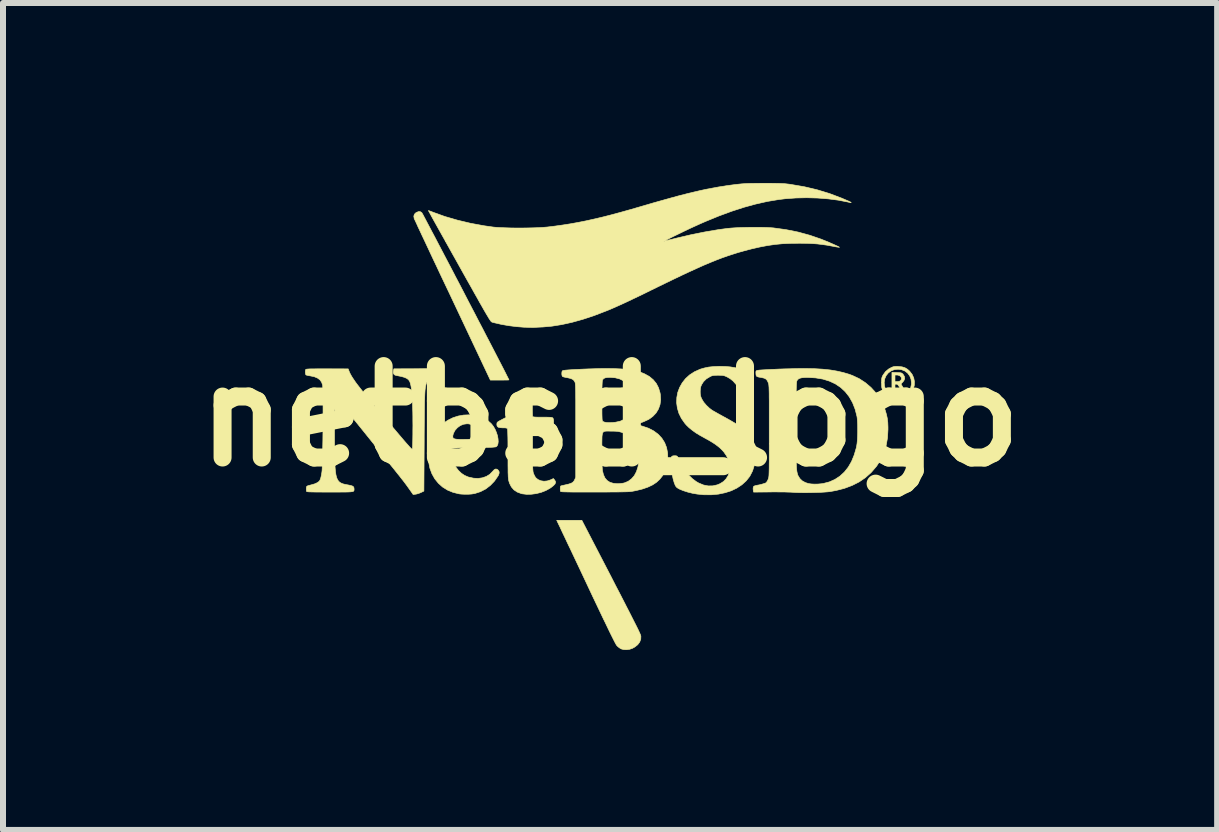
<source format=kicad_pcb>
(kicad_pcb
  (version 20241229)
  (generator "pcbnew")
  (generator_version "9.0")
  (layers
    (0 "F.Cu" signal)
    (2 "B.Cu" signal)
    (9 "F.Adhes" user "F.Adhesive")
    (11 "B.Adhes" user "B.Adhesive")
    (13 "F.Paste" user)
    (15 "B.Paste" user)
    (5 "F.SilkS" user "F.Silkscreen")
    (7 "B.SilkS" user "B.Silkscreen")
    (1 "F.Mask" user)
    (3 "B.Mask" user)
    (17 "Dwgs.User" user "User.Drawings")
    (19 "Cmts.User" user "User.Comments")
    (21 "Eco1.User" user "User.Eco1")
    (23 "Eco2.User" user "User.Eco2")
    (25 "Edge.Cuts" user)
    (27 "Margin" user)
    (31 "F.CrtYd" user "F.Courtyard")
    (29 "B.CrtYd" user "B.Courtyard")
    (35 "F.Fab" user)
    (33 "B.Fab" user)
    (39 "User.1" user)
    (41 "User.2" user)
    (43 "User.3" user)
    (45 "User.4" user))
  (footprint "netbsd_logo"
    (layer "F.Cu")
    (at 7.119 3.887)
    (property "Reference" "netbsd_logo" (at 0 0 0) (layer "F.SilkS") (effects (font (size 1.524 1.524) (thickness 0.3))))
    (attr through_hole)
    (fp_poly (pts (xy 4.78 -0.727) (xy 4.818 -0.725) (xy 4.843 -0.723) (xy 4.859 -0.719) (xy 4.871 -0.711) (xy 4.883 -0.7) (xy 4.886 -0.696) (xy 4.907 -0.662) (xy 4.912 -0.627) (xy 4.899 -0.593) (xy 4.881 -0.57) (xy 4.864 -0.552) (xy 4.853 -0.539) (xy 4.851 -0.536) (xy 4.855 -0.527) (xy 4.866 -0.508) (xy 4.882 -0.481) (xy 4.899 -0.451) (xy 4.917 -0.422) (xy 4.926 -0.409) (xy 4.933 -0.396) (xy 4.929 -0.39) (xy 4.912 -0.389) (xy 4.909 -0.389) (xy 4.895 -0.39) (xy 4.884 -0.395) (xy 4.873 -0.406) (xy 4.86 -0.426) (xy 4.84 -0.458) (xy 4.838 -0.461) (xy 4.818 -0.495) (xy 4.803 -0.516) (xy 4.792 -0.528) (xy 4.78 -0.533) (xy 4.773 -0.533) (xy 4.75 -0.533) (xy 4.75 -0.389) (xy 4.699 -0.389) (xy 4.699 -0.686) (xy 4.75 -0.686) (xy 4.75 -0.576) (xy 4.788 -0.576) (xy 4.821 -0.58) (xy 4.842 -0.592) (xy 4.843 -0.593) (xy 4.857 -0.616) (xy 4.856 -0.64) (xy 4.844 -0.662) (xy 4.821 -0.678) (xy 4.789 -0.686) (xy 4.784 -0.686) (xy 4.75 -0.686) (xy 4.699 -0.686) (xy 4.699 -0.73) (xy 4.78 -0.727)) (stroke (width 0.01) (type solid)) (fill yes) (layer "F.SilkS"))
    (fp_poly (pts (xy -0.68 1.736) (xy -0.47 1.736) (xy 0.02 2.681) (xy 0.094 2.826) (xy 0.162 2.956) (xy 0.222 3.073) (xy 0.275 3.177) (xy 0.322 3.268) (xy 0.363 3.349) (xy 0.398 3.418) (xy 0.428 3.477) (xy 0.453 3.527) (xy 0.473 3.568) (xy 0.488 3.601) (xy 0.5 3.627) (xy 0.508 3.647) (xy 0.512 3.66) (xy 0.514 3.667) (xy 0.512 3.718) (xy 0.494 3.766) (xy 0.461 3.81) (xy 0.413 3.848) (xy 0.374 3.87) (xy 0.328 3.886) (xy 0.277 3.893) (xy 0.228 3.891) (xy 0.186 3.88) (xy 0.18 3.877) (xy 0.153 3.86) (xy 0.124 3.836) (xy 0.112 3.823) (xy 0.105 3.813) (xy 0.094 3.794) (xy 0.079 3.766) (xy 0.06 3.729) (xy 0.036 3.681) (xy 0.007 3.623) (xy -0.027 3.553) (xy -0.066 3.471) (xy -0.112 3.377) (xy -0.163 3.27) (xy -0.22 3.15) (xy -0.284 3.016) (xy -0.354 2.867) (xy -0.393 2.784) (xy -0.451 2.661) (xy -0.507 2.542) (xy -0.561 2.428) (xy -0.612 2.32) (xy -0.66 2.218) (xy -0.705 2.125) (xy -0.745 2.039) (xy -0.781 1.964) (xy -0.812 1.898) (xy -0.837 1.844) (xy -0.857 1.803) (xy -0.871 1.774) (xy -0.877 1.76) (xy -0.878 1.759) (xy -0.889 1.736) (xy -0.68 1.736)) (stroke (width 0.01) (type solid)) (fill yes) (layer "F.SilkS"))
    (fp_poly (pts (xy -3.165 -3.409) (xy -3.142 -3.396) (xy -3.138 -3.393) (xy -3.133 -3.384) (xy -3.12 -3.362) (xy -3.101 -3.326) (xy -3.075 -3.277) (xy -3.044 -3.218) (xy -3.007 -3.148) (xy -2.965 -3.068) (xy -2.918 -2.98) (xy -2.868 -2.884) (xy -2.814 -2.781) (xy -2.757 -2.672) (xy -2.697 -2.558) (xy -2.635 -2.44) (xy -2.572 -2.318) (xy -2.507 -2.195) (xy -2.442 -2.07) (xy -2.377 -1.944) (xy -2.312 -1.819) (xy -2.247 -1.695) (xy -2.184 -1.573) (xy -2.122 -1.455) (xy -2.063 -1.34) (xy -2.006 -1.231) (xy -1.952 -1.127) (xy -1.902 -1.03) (xy -1.856 -0.941) (xy -1.814 -0.86) (xy -1.777 -0.788) (xy -1.746 -0.727) (xy -1.721 -0.677) (xy -1.702 -0.64) (xy -1.69 -0.615) (xy -1.685 -0.605) (xy -1.685 -0.604) (xy -1.693 -0.603) (xy -1.715 -0.602) (xy -1.749 -0.602) (xy -1.792 -0.601) (xy -1.84 -0.601) (xy -1.995 -0.601) (xy -2.624 -1.933) (xy -2.691 -2.075) (xy -2.757 -2.213) (xy -2.82 -2.346) (xy -2.88 -2.474) (xy -2.938 -2.596) (xy -2.992 -2.711) (xy -3.042 -2.818) (xy -3.088 -2.916) (xy -3.13 -3.005) (xy -3.167 -3.084) (xy -3.199 -3.151) (xy -3.224 -3.207) (xy -3.244 -3.25) (xy -3.258 -3.279) (xy -3.265 -3.294) (xy -3.265 -3.296) (xy -3.271 -3.333) (xy -3.261 -3.366) (xy -3.236 -3.391) (xy -3.223 -3.398) (xy -3.191 -3.41) (xy -3.165 -3.409)) (stroke (width 0.01) (type solid)) (fill yes) (layer "F.SilkS"))
    (fp_poly (pts (xy 4.799 -0.829) (xy 4.807 -0.828) (xy 4.867 -0.822) (xy 4.916 -0.807) (xy 4.958 -0.782) (xy 4.994 -0.75) (xy 5.035 -0.697) (xy 5.062 -0.638) (xy 5.074 -0.577) (xy 5.072 -0.515) (xy 5.056 -0.456) (xy 5.028 -0.401) (xy 4.987 -0.352) (xy 4.934 -0.313) (xy 4.911 -0.301) (xy 4.881 -0.289) (xy 4.852 -0.282) (xy 4.816 -0.28) (xy 4.796 -0.279) (xy 4.758 -0.28) (xy 4.729 -0.284) (xy 4.704 -0.292) (xy 4.676 -0.305) (xy 4.617 -0.344) (xy 4.569 -0.395) (xy 4.545 -0.434) (xy 4.536 -0.454) (xy 4.53 -0.474) (xy 4.527 -0.5) (xy 4.526 -0.537) (xy 4.525 -0.555) (xy 4.525 -0.555) (xy 4.57 -0.555) (xy 4.577 -0.494) (xy 4.599 -0.44) (xy 4.631 -0.395) (xy 4.674 -0.361) (xy 4.724 -0.338) (xy 4.78 -0.327) (xy 4.839 -0.331) (xy 4.895 -0.348) (xy 4.945 -0.379) (xy 4.984 -0.421) (xy 5.011 -0.472) (xy 5.024 -0.532) (xy 5.024 -0.555) (xy 5.017 -0.617) (xy 4.995 -0.672) (xy 4.961 -0.717) (xy 4.916 -0.752) (xy 4.861 -0.774) (xy 4.801 -0.782) (xy 4.739 -0.775) (xy 4.684 -0.754) (xy 4.638 -0.72) (xy 4.602 -0.675) (xy 4.579 -0.622) (xy 4.57 -0.561) (xy 4.57 -0.555) (xy 4.525 -0.555) (xy 4.526 -0.595) (xy 4.528 -0.623) (xy 4.532 -0.644) (xy 4.54 -0.664) (xy 4.55 -0.684) (xy 4.591 -0.741) (xy 4.644 -0.786) (xy 4.688 -0.81) (xy 4.713 -0.821) (xy 4.736 -0.827) (xy 4.763 -0.829) (xy 4.799 -0.829)) (stroke (width 0.01) (type solid)) (fill yes) (layer "F.SilkS"))
    (fp_poly (pts (xy -2.262 -0.014) (xy -2.178 0.006) (xy -2.1 0.037) (xy -2.031 0.08) (xy -1.976 0.13) (xy -1.943 0.173) (xy -1.915 0.222) (xy -1.893 0.274) (xy -1.876 0.327) (xy -1.867 0.378) (xy -1.864 0.425) (xy -1.869 0.465) (xy -1.882 0.495) (xy -1.899 0.51) (xy -1.909 0.513) (xy -1.928 0.515) (xy -1.957 0.518) (xy -1.998 0.52) (xy -2.052 0.521) (xy -2.12 0.523) (xy -2.203 0.524) (xy -2.27 0.525) (xy -2.359 0.526) (xy -2.432 0.527) (xy -2.492 0.528) (xy -2.538 0.53) (xy -2.574 0.531) (xy -2.601 0.533) (xy -2.619 0.536) (xy -2.63 0.538) (xy -2.637 0.541) (xy -2.637 0.542) (xy -2.645 0.551) (xy -2.649 0.564) (xy -2.649 0.587) (xy -2.647 0.613) (xy -2.633 0.701) (xy -2.608 0.779) (xy -2.572 0.847) (xy -2.526 0.906) (xy -2.477 0.953) (xy -2.426 0.987) (xy -2.369 1.012) (xy -2.356 1.016) (xy -2.276 1.034) (xy -2.199 1.038) (xy -2.128 1.028) (xy -2.062 1.005) (xy -2.005 0.97) (xy -1.959 0.923) (xy -1.932 0.894) (xy -1.908 0.881) (xy -1.885 0.884) (xy -1.864 0.9) (xy -1.85 0.923) (xy -1.848 0.948) (xy -1.858 0.98) (xy -1.868 0.998) (xy -1.926 1.082) (xy -1.995 1.154) (xy -2.073 1.214) (xy -2.16 1.259) (xy -2.253 1.289) (xy -2.258 1.29) (xy -2.306 1.298) (xy -2.365 1.302) (xy -2.426 1.302) (xy -2.484 1.299) (xy -2.517 1.295) (xy -2.618 1.27) (xy -2.71 1.232) (xy -2.792 1.181) (xy -2.862 1.118) (xy -2.922 1.044) (xy -2.969 0.96) (xy -3.003 0.868) (xy -3.023 0.768) (xy -3.029 0.66) (xy -3.028 0.631) (xy -3.015 0.521) (xy -2.987 0.418) (xy -2.955 0.344) (xy -2.622 0.344) (xy -2.618 0.36) (xy -2.608 0.372) (xy -2.587 0.38) (xy -2.557 0.385) (xy -2.513 0.387) (xy -2.455 0.388) (xy -2.43 0.387) (xy -2.377 0.386) (xy -2.338 0.385) (xy -2.309 0.383) (xy -2.289 0.379) (xy -2.274 0.375) (xy -2.261 0.368) (xy -2.261 0.368) (xy -2.236 0.346) (xy -2.223 0.317) (xy -2.222 0.277) (xy -2.227 0.249) (xy -2.244 0.2) (xy -2.271 0.163) (xy -2.31 0.139) (xy -2.36 0.128) (xy -2.385 0.127) (xy -2.442 0.135) (xy -2.496 0.157) (xy -2.544 0.192) (xy -2.583 0.235) (xy -2.61 0.286) (xy -2.62 0.322) (xy -2.622 0.344) (xy -2.955 0.344) (xy -2.945 0.322) (xy -2.89 0.235) (xy -2.821 0.158) (xy -2.741 0.093) (xy -2.701 0.067) (xy -2.618 0.026) (xy -2.531 -0.002) (xy -2.441 -0.018) (xy -2.351 -0.022) (xy -2.262 -0.014)) (stroke (width 0.01) (type solid)) (fill yes) (layer "F.SilkS"))
    (fp_poly (pts (xy -1.341 -0.295) (xy -1.317 -0.29) (xy -1.312 -0.288) (xy -1.306 -0.283) (xy -1.301 -0.276) (xy -1.298 -0.262) (xy -1.297 -0.241) (xy -1.296 -0.209) (xy -1.295 -0.163) (xy -1.295 -0.144) (xy -1.295 -0.097) (xy -1.294 -0.056) (xy -1.293 -0.023) (xy -1.291 -0.002) (xy -1.29 0.004) (xy -1.286 0.008) (xy -1.278 0.012) (xy -1.262 0.014) (xy -1.237 0.016) (xy -1.2 0.017) (xy -1.149 0.017) (xy -1.126 0.017) (xy -1.068 0.017) (xy -1.026 0.018) (xy -0.995 0.019) (xy -0.974 0.022) (xy -0.961 0.025) (xy -0.954 0.03) (xy -0.953 0.03) (xy -0.944 0.05) (xy -0.94 0.079) (xy -0.941 0.113) (xy -0.947 0.145) (xy -0.957 0.167) (xy -0.973 0.194) (xy -1.132 0.197) (xy -1.291 0.199) (xy -1.291 0.555) (xy -1.291 0.643) (xy -1.291 0.715) (xy -1.29 0.775) (xy -1.29 0.822) (xy -1.289 0.859) (xy -1.287 0.888) (xy -1.285 0.91) (xy -1.283 0.928) (xy -1.28 0.941) (xy -1.276 0.954) (xy -1.276 0.955) (xy -1.262 0.986) (xy -1.246 1.015) (xy -1.238 1.026) (xy -1.201 1.057) (xy -1.154 1.077) (xy -1.102 1.085) (xy -1.047 1.08) (xy -0.994 1.063) (xy -0.944 1.04) (xy -0.925 1.063) (xy -0.911 1.085) (xy -0.908 1.107) (xy -0.918 1.131) (xy -0.942 1.157) (xy -0.98 1.187) (xy -1.003 1.203) (xy -1.07 1.24) (xy -1.147 1.27) (xy -1.229 1.291) (xy -1.313 1.302) (xy -1.393 1.303) (xy -1.467 1.294) (xy -1.481 1.29) (xy -1.548 1.265) (xy -1.603 1.228) (xy -1.645 1.179) (xy -1.676 1.118) (xy -1.689 1.075) (xy -1.692 1.059) (xy -1.694 1.039) (xy -1.697 1.013) (xy -1.698 0.98) (xy -1.7 0.938) (xy -1.7 0.885) (xy -1.701 0.821) (xy -1.701 0.744) (xy -1.702 0.651) (xy -1.702 0.624) (xy -1.702 0.519) (xy -1.702 0.429) (xy -1.703 0.354) (xy -1.705 0.294) (xy -1.706 0.25) (xy -1.708 0.222) (xy -1.711 0.211) (xy -1.717 0.203) (xy -1.729 0.198) (xy -1.749 0.195) (xy -1.783 0.195) (xy -1.787 0.195) (xy -1.832 0.192) (xy -1.862 0.185) (xy -1.879 0.171) (xy -1.887 0.148) (xy -1.886 0.129) (xy -1.885 0.116) (xy -1.881 0.105) (xy -1.871 0.096) (xy -1.854 0.084) (xy -1.827 0.07) (xy -1.791 0.051) (xy -1.749 0.029) (xy -1.707 0.007) (xy -1.671 -0.014) (xy -1.65 -0.027) (xy -1.606 -0.059) (xy -1.557 -0.101) (xy -1.508 -0.149) (xy -1.462 -0.198) (xy -1.437 -0.228) (xy -1.416 -0.254) (xy -1.398 -0.276) (xy -1.386 -0.288) (xy -1.385 -0.29) (xy -1.366 -0.295) (xy -1.341 -0.295)) (stroke (width 0.01) (type solid)) (fill yes) (layer "F.SilkS"))
    (fp_poly (pts (xy 1.922 -0.828) (xy 2.004 -0.821) (xy 2.083 -0.808) (xy 2.169 -0.789) (xy 2.201 -0.78) (xy 2.29 -0.756) (xy 2.301 -0.72) (xy 2.309 -0.682) (xy 2.318 -0.632) (xy 2.326 -0.573) (xy 2.334 -0.51) (xy 2.339 -0.446) (xy 2.342 -0.414) (xy 2.344 -0.365) (xy 2.343 -0.33) (xy 2.338 -0.308) (xy 2.327 -0.295) (xy 2.309 -0.29) (xy 2.282 -0.289) (xy 2.274 -0.29) (xy 2.231 -0.292) (xy 2.187 -0.384) (xy 2.143 -0.465) (xy 2.099 -0.531) (xy 2.052 -0.584) (xy 2 -0.626) (xy 1.943 -0.658) (xy 1.917 -0.669) (xy 1.895 -0.676) (xy 1.87 -0.68) (xy 1.838 -0.681) (xy 1.803 -0.682) (xy 1.761 -0.681) (xy 1.73 -0.679) (xy 1.706 -0.675) (xy 1.684 -0.667) (xy 1.667 -0.659) (xy 1.606 -0.622) (xy 1.558 -0.575) (xy 1.527 -0.526) (xy 1.514 -0.496) (xy 1.507 -0.468) (xy 1.504 -0.434) (xy 1.503 -0.411) (xy 1.504 -0.373) (xy 1.508 -0.344) (xy 1.516 -0.316) (xy 1.53 -0.285) (xy 1.561 -0.233) (xy 1.605 -0.181) (xy 1.657 -0.132) (xy 1.695 -0.103) (xy 1.714 -0.091) (xy 1.746 -0.073) (xy 1.786 -0.05) (xy 1.833 -0.024) (xy 1.883 0.004) (xy 1.893 0.009) (xy 1.973 0.053) (xy 2.039 0.091) (xy 2.095 0.125) (xy 2.141 0.157) (xy 2.182 0.189) (xy 2.218 0.222) (xy 2.253 0.257) (xy 2.279 0.287) (xy 2.334 0.364) (xy 2.376 0.449) (xy 2.404 0.54) (xy 2.418 0.634) (xy 2.418 0.729) (xy 2.404 0.822) (xy 2.376 0.912) (xy 2.333 0.996) (xy 2.328 1.005) (xy 2.269 1.079) (xy 2.197 1.144) (xy 2.114 1.199) (xy 2.02 1.244) (xy 1.916 1.277) (xy 1.805 1.3) (xy 1.686 1.311) (xy 1.561 1.31) (xy 1.453 1.299) (xy 1.372 1.285) (xy 1.292 1.265) (xy 1.218 1.241) (xy 1.16 1.217) (xy 1.129 1.2) (xy 1.108 1.184) (xy 1.094 1.166) (xy 1.086 1.151) (xy 1.069 1.107) (xy 1.052 1.049) (xy 1.038 0.982) (xy 1.027 0.909) (xy 1.019 0.836) (xy 1.016 0.765) (xy 1.016 0.752) (xy 1.017 0.712) (xy 1.021 0.685) (xy 1.031 0.67) (xy 1.048 0.662) (xy 1.075 0.66) (xy 1.082 0.66) (xy 1.101 0.661) (xy 1.114 0.665) (xy 1.126 0.676) (xy 1.137 0.695) (xy 1.151 0.725) (xy 1.16 0.748) (xy 1.2 0.829) (xy 1.25 0.907) (xy 1.308 0.979) (xy 1.371 1.041) (xy 1.437 1.091) (xy 1.479 1.115) (xy 1.559 1.148) (xy 1.637 1.163) (xy 1.713 1.162) (xy 1.788 1.145) (xy 1.835 1.125) (xy 1.892 1.089) (xy 1.936 1.043) (xy 1.969 0.989) (xy 1.988 0.929) (xy 1.996 0.864) (xy 1.99 0.796) (xy 1.972 0.728) (xy 1.941 0.661) (xy 1.897 0.597) (xy 1.868 0.565) (xy 1.828 0.526) (xy 1.784 0.491) (xy 1.735 0.456) (xy 1.676 0.419) (xy 1.605 0.379) (xy 1.592 0.372) (xy 1.505 0.324) (xy 1.431 0.279) (xy 1.37 0.235) (xy 1.317 0.192) (xy 1.272 0.148) (xy 1.247 0.119) (xy 1.19 0.038) (xy 1.148 -0.047) (xy 1.122 -0.135) (xy 1.11 -0.223) (xy 1.113 -0.311) (xy 1.129 -0.396) (xy 1.16 -0.478) (xy 1.203 -0.555) (xy 1.258 -0.625) (xy 1.326 -0.687) (xy 1.406 -0.739) (xy 1.497 -0.78) (xy 1.504 -0.783) (xy 1.573 -0.803) (xy 1.644 -0.818) (xy 1.722 -0.826) (xy 1.811 -0.83) (xy 1.832 -0.83) (xy 1.922 -0.828)) (stroke (width 0.01) (type solid)) (fill yes) (layer "F.SilkS"))
    (fp_poly (pts (xy 3.411 -0.791) (xy 3.546 -0.783) (xy 3.67 -0.77) (xy 3.783 -0.751) (xy 3.888 -0.727) (xy 3.986 -0.698) (xy 4.042 -0.677) (xy 4.153 -0.625) (xy 4.256 -0.558) (xy 4.349 -0.479) (xy 4.431 -0.389) (xy 4.501 -0.288) (xy 4.557 -0.178) (xy 4.588 -0.096) (xy 4.608 -0.027) (xy 4.622 0.038) (xy 4.63 0.106) (xy 4.633 0.182) (xy 4.633 0.224) (xy 4.625 0.362) (xy 4.602 0.492) (xy 4.564 0.614) (xy 4.511 0.728) (xy 4.444 0.833) (xy 4.362 0.929) (xy 4.347 0.945) (xy 4.254 1.027) (xy 4.151 1.097) (xy 4.036 1.155) (xy 3.911 1.202) (xy 3.773 1.238) (xy 3.665 1.258) (xy 3.625 1.262) (xy 3.572 1.266) (xy 3.508 1.27) (xy 3.437 1.272) (xy 3.362 1.274) (xy 3.286 1.275) (xy 3.213 1.275) (xy 3.145 1.274) (xy 3.086 1.272) (xy 3.04 1.269) (xy 3.04 1.269) (xy 3.009 1.267) (xy 2.964 1.266) (xy 2.908 1.264) (xy 2.844 1.264) (xy 2.774 1.263) (xy 2.703 1.263) (xy 2.672 1.264) (xy 2.393 1.266) (xy 2.388 1.24) (xy 2.385 1.212) (xy 2.387 1.19) (xy 2.39 1.179) (xy 2.395 1.171) (xy 2.406 1.164) (xy 2.425 1.158) (xy 2.456 1.151) (xy 2.485 1.146) (xy 2.525 1.136) (xy 2.56 1.126) (xy 2.587 1.117) (xy 2.599 1.111) (xy 2.614 1.094) (xy 2.629 1.068) (xy 2.637 1.049) (xy 2.64 1.041) (xy 2.643 1.032) (xy 2.645 1.021) (xy 2.647 1.008) (xy 2.649 0.991) (xy 2.65 0.969) (xy 2.651 0.941) (xy 2.652 0.905) (xy 2.653 0.862) (xy 2.653 0.809) (xy 2.654 0.745) (xy 2.654 0.67) (xy 2.654 0.583) (xy 2.654 0.482) (xy 2.654 0.365) (xy 2.654 0.354) (xy 3.1 0.354) (xy 3.1 0.462) (xy 3.1 0.557) (xy 3.101 0.639) (xy 3.102 0.709) (xy 3.104 0.768) (xy 3.106 0.819) (xy 3.108 0.861) (xy 3.111 0.895) (xy 3.115 0.924) (xy 3.12 0.947) (xy 3.125 0.966) (xy 3.13 0.983) (xy 3.133 0.989) (xy 3.163 1.039) (xy 3.203 1.078) (xy 3.256 1.107) (xy 3.306 1.123) (xy 3.35 1.13) (xy 3.405 1.133) (xy 3.465 1.132) (xy 3.523 1.127) (xy 3.556 1.122) (xy 3.656 1.096) (xy 3.748 1.055) (xy 3.832 1) (xy 3.906 0.932) (xy 3.971 0.85) (xy 4.026 0.755) (xy 4.07 0.647) (xy 4.105 0.528) (xy 4.112 0.493) (xy 4.118 0.453) (xy 4.123 0.4) (xy 4.126 0.338) (xy 4.128 0.271) (xy 4.128 0.203) (xy 4.127 0.137) (xy 4.124 0.079) (xy 4.12 0.03) (xy 4.116 0.004) (xy 4.085 -0.117) (xy 4.042 -0.226) (xy 3.987 -0.323) (xy 3.921 -0.407) (xy 3.844 -0.479) (xy 3.756 -0.538) (xy 3.657 -0.584) (xy 3.547 -0.618) (xy 3.426 -0.638) (xy 3.299 -0.645) (xy 3.241 -0.644) (xy 3.197 -0.64) (xy 3.164 -0.632) (xy 3.14 -0.62) (xy 3.123 -0.602) (xy 3.119 -0.596) (xy 3.116 -0.591) (xy 3.113 -0.584) (xy 3.111 -0.575) (xy 3.109 -0.561) (xy 3.108 -0.543) (xy 3.106 -0.518) (xy 3.105 -0.487) (xy 3.104 -0.446) (xy 3.103 -0.396) (xy 3.103 -0.336) (xy 3.102 -0.263) (xy 3.102 -0.178) (xy 3.101 -0.078) (xy 3.101 0.037) (xy 3.1 0.093) (xy 3.1 0.231) (xy 3.1 0.354) (xy 2.654 0.354) (xy 2.654 0.246) (xy 2.654 0.115) (xy 2.654 0.00011) (xy 2.654 -0.1) (xy 2.654 -0.186) (xy 2.654 -0.26) (xy 2.653 -0.323) (xy 2.653 -0.375) (xy 2.652 -0.418) (xy 2.651 -0.452) (xy 2.65 -0.48) (xy 2.648 -0.502) (xy 2.647 -0.518) (xy 2.645 -0.531) (xy 2.643 -0.542) (xy 2.64 -0.551) (xy 2.637 -0.558) (xy 2.621 -0.593) (xy 2.6 -0.617) (xy 2.57 -0.633) (xy 2.528 -0.643) (xy 2.518 -0.645) (xy 2.48 -0.651) (xy 2.456 -0.658) (xy 2.442 -0.667) (xy 2.435 -0.681) (xy 2.432 -0.702) (xy 2.432 -0.71) (xy 2.431 -0.736) (xy 2.434 -0.751) (xy 2.443 -0.759) (xy 2.449 -0.761) (xy 2.464 -0.764) (xy 2.494 -0.768) (xy 2.539 -0.771) (xy 2.595 -0.774) (xy 2.662 -0.778) (xy 2.739 -0.781) (xy 2.822 -0.785) (xy 2.912 -0.788) (xy 3.006 -0.79) (xy 3.099 -0.793) (xy 3.262 -0.794) (xy 3.411 -0.791)) (stroke (width 0.01) (type solid)) (fill yes) (layer "F.SilkS"))
    (fp_poly (pts (xy 0.076 -0.792) (xy 0.185 -0.787) (xy 0.281 -0.779) (xy 0.367 -0.767) (xy 0.443 -0.751) (xy 0.51 -0.732) (xy 0.569 -0.708) (xy 0.574 -0.706) (xy 0.654 -0.662) (xy 0.719 -0.608) (xy 0.771 -0.545) (xy 0.809 -0.471) (xy 0.834 -0.387) (xy 0.839 -0.356) (xy 0.844 -0.271) (xy 0.833 -0.192) (xy 0.807 -0.119) (xy 0.767 -0.053) (xy 0.713 0.004) (xy 0.646 0.053) (xy 0.566 0.09) (xy 0.546 0.098) (xy 0.505 0.113) (xy 0.48 0.125) (xy 0.469 0.136) (xy 0.472 0.145) (xy 0.483 0.15) (xy 0.505 0.157) (xy 0.536 0.166) (xy 0.543 0.168) (xy 0.643 0.202) (xy 0.729 0.247) (xy 0.803 0.302) (xy 0.863 0.367) (xy 0.91 0.441) (xy 0.942 0.523) (xy 0.96 0.615) (xy 0.963 0.713) (xy 0.963 0.715) (xy 0.951 0.812) (xy 0.924 0.9) (xy 0.882 0.981) (xy 0.875 0.993) (xy 0.829 1.052) (xy 0.774 1.103) (xy 0.709 1.146) (xy 0.631 1.183) (xy 0.541 1.214) (xy 0.437 1.24) (xy 0.385 1.25) (xy 0.368 1.253) (xy 0.348 1.256) (xy 0.325 1.258) (xy 0.296 1.26) (xy 0.261 1.261) (xy 0.218 1.262) (xy 0.167 1.263) (xy 0.104 1.264) (xy 0.03 1.264) (xy -0.057 1.265) (xy -0.158 1.265) (xy -0.256 1.265) (xy -0.371 1.265) (xy -0.469 1.265) (xy -0.554 1.265) (xy -0.624 1.265) (xy -0.682 1.264) (xy -0.728 1.263) (xy -0.764 1.262) (xy -0.79 1.261) (xy -0.809 1.259) (xy -0.82 1.257) (xy -0.825 1.255) (xy -0.825 1.254) (xy -0.829 1.237) (xy -0.83 1.213) (xy -0.829 1.189) (xy -0.826 1.171) (xy -0.823 1.165) (xy -0.812 1.161) (xy -0.788 1.155) (xy -0.757 1.148) (xy -0.739 1.144) (xy -0.688 1.132) (xy -0.652 1.12) (xy -0.626 1.107) (xy -0.608 1.09) (xy -0.594 1.069) (xy -0.59 1.06) (xy -0.572 1.02) (xy -0.572 0.444) (xy -0.136 0.444) (xy -0.136 0.517) (xy -0.135 0.57) (xy -0.135 0.64) (xy -0.134 0.707) (xy -0.133 0.769) (xy -0.132 0.823) (xy -0.13 0.866) (xy -0.128 0.895) (xy -0.127 0.905) (xy -0.11 0.975) (xy -0.084 1.031) (xy -0.048 1.073) (xy -0.001 1.103) (xy 0.057 1.12) (xy 0.123 1.126) (xy 0.164 1.124) (xy 0.206 1.119) (xy 0.238 1.113) (xy 0.303 1.086) (xy 0.358 1.045) (xy 0.405 0.991) (xy 0.44 0.925) (xy 0.465 0.848) (xy 0.479 0.761) (xy 0.48 0.749) (xy 0.479 0.652) (xy 0.466 0.564) (xy 0.439 0.485) (xy 0.399 0.415) (xy 0.347 0.357) (xy 0.283 0.31) (xy 0.208 0.275) (xy 0.191 0.269) (xy 0.162 0.261) (xy 0.133 0.255) (xy 0.101 0.252) (xy 0.059 0.25) (xy 0.014 0.25) (xy -0.024 0.249) (xy -0.056 0.249) (xy -0.08 0.251) (xy -0.1 0.256) (xy -0.114 0.266) (xy -0.124 0.282) (xy -0.13 0.307) (xy -0.134 0.341) (xy -0.135 0.386) (xy -0.136 0.444) (xy -0.572 0.444) (xy -0.572 0.241) (xy -0.572 0.108) (xy -0.572 -0.01) (xy -0.572 -0.112) (xy -0.572 -0.201) (xy -0.572 -0.251) (xy -0.135 -0.251) (xy -0.135 -0.167) (xy -0.135 -0.1) (xy -0.135 -0.046) (xy -0.134 -0.004) (xy -0.133 0.028) (xy -0.132 0.051) (xy -0.13 0.067) (xy -0.127 0.077) (xy -0.124 0.084) (xy -0.121 0.087) (xy -0.098 0.098) (xy -0.061 0.106) (xy -0.014 0.108) (xy 0.042 0.106) (xy 0.093 0.101) (xy 0.17 0.084) (xy 0.237 0.053) (xy 0.292 0.011) (xy 0.336 -0.043) (xy 0.367 -0.108) (xy 0.385 -0.182) (xy 0.389 -0.245) (xy 0.382 -0.335) (xy 0.362 -0.414) (xy 0.329 -0.483) (xy 0.285 -0.541) (xy 0.229 -0.586) (xy 0.162 -0.62) (xy 0.085 -0.64) (xy 0.007 -0.646) (xy -0.043 -0.645) (xy -0.079 -0.639) (xy -0.104 -0.628) (xy -0.12 -0.611) (xy -0.127 -0.596) (xy -0.129 -0.582) (xy -0.131 -0.554) (xy -0.133 -0.512) (xy -0.134 -0.458) (xy -0.135 -0.395) (xy -0.135 -0.323) (xy -0.135 -0.251) (xy -0.572 -0.251) (xy -0.572 -0.277) (xy -0.573 -0.342) (xy -0.573 -0.395) (xy -0.574 -0.44) (xy -0.575 -0.475) (xy -0.576 -0.503) (xy -0.578 -0.525) (xy -0.579 -0.542) (xy -0.581 -0.554) (xy -0.583 -0.562) (xy -0.586 -0.569) (xy -0.586 -0.569) (xy -0.602 -0.595) (xy -0.624 -0.614) (xy -0.656 -0.628) (xy -0.702 -0.639) (xy -0.713 -0.641) (xy -0.746 -0.647) (xy -0.774 -0.654) (xy -0.791 -0.66) (xy -0.792 -0.661) (xy -0.8 -0.676) (xy -0.804 -0.7) (xy -0.803 -0.727) (xy -0.799 -0.748) (xy -0.796 -0.753) (xy -0.791 -0.757) (xy -0.781 -0.761) (xy -0.763 -0.764) (xy -0.738 -0.767) (xy -0.703 -0.77) (xy -0.658 -0.773) (xy -0.6 -0.777) (xy -0.53 -0.78) (xy -0.446 -0.784) (xy -0.346 -0.788) (xy -0.334 -0.788) (xy -0.182 -0.793) (xy -0.046 -0.794) (xy 0.076 -0.792)) (stroke (width 0.01) (type solid)) (fill yes) (layer "F.SilkS"))
    (fp_poly (pts (xy 2.578 -3.882) (xy 2.662 -3.882) (xy 2.731 -3.881) (xy 2.788 -3.88) (xy 2.836 -3.879) (xy 2.878 -3.877) (xy 2.914 -3.875) (xy 2.949 -3.871) (xy 2.985 -3.867) (xy 3.018 -3.862) (xy 3.239 -3.824) (xy 3.451 -3.774) (xy 3.658 -3.711) (xy 3.864 -3.633) (xy 3.982 -3.582) (xy 4.004 -3.571) (xy 4.018 -3.563) (xy 4.02 -3.56) (xy 4.011 -3.56) (xy 3.99 -3.563) (xy 3.966 -3.569) (xy 3.807 -3.6) (xy 3.637 -3.622) (xy 3.46 -3.636) (xy 3.279 -3.641) (xy 3.098 -3.637) (xy 2.92 -3.624) (xy 2.807 -3.61) (xy 2.621 -3.579) (xy 2.43 -3.536) (xy 2.233 -3.482) (xy 2.029 -3.416) (xy 1.817 -3.338) (xy 1.595 -3.247) (xy 1.503 -3.207) (xy 1.459 -3.187) (xy 1.408 -3.164) (xy 1.351 -3.138) (xy 1.292 -3.11) (xy 1.231 -3.081) (xy 1.17 -3.051) (xy 1.112 -3.023) (xy 1.058 -2.997) (xy 1.01 -2.973) (xy 0.97 -2.953) (xy 0.94 -2.937) (xy 0.922 -2.927) (xy 0.918 -2.923) (xy 0.926 -2.925) (xy 0.949 -2.929) (xy 0.984 -2.937) (xy 1.027 -2.947) (xy 1.078 -2.96) (xy 1.106 -2.967) (xy 1.349 -3.024) (xy 1.582 -3.071) (xy 1.806 -3.109) (xy 1.956 -3.129) (xy 2.017 -3.135) (xy 2.091 -3.14) (xy 2.174 -3.144) (xy 2.264 -3.146) (xy 2.356 -3.148) (xy 2.448 -3.148) (xy 2.535 -3.147) (xy 2.614 -3.145) (xy 2.683 -3.141) (xy 2.723 -3.138) (xy 2.933 -3.109) (xy 3.134 -3.069) (xy 3.328 -3.016) (xy 3.52 -2.95) (xy 3.539 -2.942) (xy 3.584 -2.924) (xy 3.632 -2.905) (xy 3.679 -2.884) (xy 3.723 -2.865) (xy 3.762 -2.847) (xy 3.794 -2.832) (xy 3.816 -2.821) (xy 3.824 -2.815) (xy 3.824 -2.814) (xy 3.816 -2.815) (xy 3.793 -2.818) (xy 3.761 -2.823) (xy 3.721 -2.831) (xy 3.714 -2.832) (xy 3.622 -2.849) (xy 3.538 -2.861) (xy 3.455 -2.871) (xy 3.371 -2.877) (xy 3.28 -2.881) (xy 3.178 -2.882) (xy 3.141 -2.882) (xy 3.002 -2.88) (xy 2.872 -2.874) (xy 2.748 -2.862) (xy 2.625 -2.844) (xy 2.498 -2.82) (xy 2.362 -2.789) (xy 2.316 -2.777) (xy 2.225 -2.753) (xy 2.136 -2.728) (xy 2.048 -2.7) (xy 1.959 -2.671) (xy 1.868 -2.639) (xy 1.774 -2.603) (xy 1.675 -2.563) (xy 1.57 -2.519) (xy 1.458 -2.469) (xy 1.337 -2.414) (xy 1.206 -2.353) (xy 1.064 -2.285) (xy 0.909 -2.21) (xy 0.804 -2.159) (xy 0.679 -2.098) (xy 0.568 -2.043) (xy 0.469 -1.995) (xy 0.38 -1.953) (xy 0.301 -1.915) (xy 0.23 -1.882) (xy 0.164 -1.852) (xy 0.104 -1.825) (xy 0.047 -1.8) (xy -0.008 -1.776) (xy -0.063 -1.754) (xy -0.079 -1.748) (xy -0.269 -1.675) (xy -0.454 -1.614) (xy -0.634 -1.564) (xy -0.806 -1.526) (xy -0.969 -1.5) (xy -1.122 -1.486) (xy -1.13 -1.486) (xy -1.174 -1.484) (xy -1.214 -1.482) (xy -1.247 -1.48) (xy -1.266 -1.479) (xy -1.286 -1.478) (xy -1.319 -1.479) (xy -1.362 -1.48) (xy -1.409 -1.482) (xy -1.431 -1.482) (xy -1.557 -1.492) (xy -1.686 -1.508) (xy -1.812 -1.53) (xy -1.93 -1.557) (xy -1.964 -1.566) (xy -1.969 -1.568) (xy -1.974 -1.571) (xy -1.979 -1.575) (xy -1.986 -1.582) (xy -1.994 -1.593) (xy -2.004 -1.608) (xy -2.017 -1.627) (xy -2.032 -1.653) (xy -2.051 -1.684) (xy -2.074 -1.723) (xy -2.102 -1.771) (xy -2.133 -1.826) (xy -2.171 -1.892) (xy -2.213 -1.968) (xy -2.262 -2.054) (xy -2.317 -2.153) (xy -2.38 -2.264) (xy -2.45 -2.389) (xy -2.512 -2.5) (xy -2.576 -2.615) (xy -2.639 -2.727) (xy -2.698 -2.833) (xy -2.745 -2.917) (xy 0.897 -2.917) (xy 0.902 -2.913) (xy 0.906 -2.917) (xy 0.902 -2.921) (xy 0.897 -2.917) (xy -2.745 -2.917) (xy -2.754 -2.934) (xy -2.807 -3.028) (xy -2.855 -3.114) (xy -2.898 -3.191) (xy -2.936 -3.259) (xy -2.968 -3.317) (xy -2.993 -3.363) (xy -3.012 -3.398) (xy -3.024 -3.419) (xy -3.028 -3.427) (xy -3.019 -3.425) (xy -2.999 -3.418) (xy -2.97 -3.407) (xy -2.95 -3.399) (xy -2.753 -3.328) (xy -2.543 -3.267) (xy -2.325 -3.215) (xy -2.102 -3.174) (xy -1.947 -3.152) (xy -1.893 -3.147) (xy -1.825 -3.143) (xy -1.746 -3.14) (xy -1.658 -3.137) (xy -1.566 -3.136) (xy -1.471 -3.136) (xy -1.377 -3.137) (xy -1.286 -3.139) (xy -1.202 -3.142) (xy -1.127 -3.146) (xy -1.065 -3.151) (xy -1.05 -3.152) (xy -0.918 -3.168) (xy -0.789 -3.186) (xy -0.662 -3.206) (xy -0.534 -3.229) (xy -0.403 -3.255) (xy -0.268 -3.285) (xy -0.127 -3.318) (xy 0.022 -3.356) (xy 0.181 -3.399) (xy 0.352 -3.447) (xy 0.538 -3.501) (xy 0.541 -3.502) (xy 0.715 -3.553) (xy 0.875 -3.598) (xy 1.022 -3.639) (xy 1.157 -3.676) (xy 1.283 -3.708) (xy 1.399 -3.736) (xy 1.51 -3.762) (xy 1.614 -3.784) (xy 1.715 -3.803) (xy 1.813 -3.821) (xy 1.911 -3.836) (xy 1.927 -3.839) (xy 2.005 -3.85) (xy 2.073 -3.859) (xy 2.134 -3.866) (xy 2.192 -3.872) (xy 2.249 -3.876) (xy 2.309 -3.879) (xy 2.375 -3.88) (xy 2.451 -3.881) (xy 2.539 -3.882) (xy 2.578 -3.882)) (stroke (width 0.01) (type solid)) (fill yes) (layer "F.SilkS"))
    (fp_poly (pts (xy -3.043 -0.791) (xy -2.98 -0.79) (xy -2.929 -0.79) (xy -2.89 -0.789) (xy -2.861 -0.788) (xy -2.841 -0.786) (xy -2.83 -0.784) (xy -2.824 -0.781) (xy -2.824 -0.78) (xy -2.82 -0.76) (xy -2.819 -0.734) (xy -2.822 -0.709) (xy -2.827 -0.692) (xy -2.83 -0.688) (xy -2.843 -0.683) (xy -2.868 -0.676) (xy -2.895 -0.67) (xy -2.956 -0.653) (xy -3.002 -0.63) (xy -3.036 -0.599) (xy -3.058 -0.558) (xy -3.06 -0.551) (xy -3.066 -0.534) (xy -3.07 -0.518) (xy -3.074 -0.5) (xy -3.078 -0.479) (xy -3.081 -0.455) (xy -3.084 -0.427) (xy -3.086 -0.393) (xy -3.088 -0.353) (xy -3.09 -0.305) (xy -3.092 -0.248) (xy -3.093 -0.182) (xy -3.094 -0.104) (xy -3.095 -0.014) (xy -3.096 0.088) (xy -3.097 0.205) (xy -3.098 0.337) (xy -3.098 0.428) (xy -3.103 1.249) (xy -3.15 1.272) (xy -3.184 1.286) (xy -3.22 1.297) (xy -3.24 1.301) (xy -3.282 1.306) (xy -3.332 1.235) (xy -3.349 1.211) (xy -3.366 1.187) (xy -3.384 1.162) (xy -3.403 1.136) (xy -3.425 1.107) (xy -3.449 1.075) (xy -3.478 1.039) (xy -3.511 0.996) (xy -3.55 0.948) (xy -3.595 0.891) (xy -3.647 0.827) (xy -3.706 0.752) (xy -3.774 0.668) (xy -3.852 0.571) (xy -3.91 0.5) (xy -4.008 0.378) (xy -4.095 0.27) (xy -4.173 0.173) (xy -4.242 0.088) (xy -4.303 0.013) (xy -4.356 -0.052) (xy -4.402 -0.108) (xy -4.441 -0.155) (xy -4.474 -0.194) (xy -4.501 -0.226) (xy -4.524 -0.252) (xy -4.542 -0.271) (xy -4.556 -0.285) (xy -4.566 -0.295) (xy -4.574 -0.301) (xy -4.58 -0.303) (xy -4.584 -0.303) (xy -4.587 -0.301) (xy -4.588 -0.292) (xy -4.589 -0.267) (xy -4.59 -0.228) (xy -4.591 -0.177) (xy -4.591 -0.114) (xy -4.592 -0.041) (xy -4.593 0.04) (xy -4.593 0.128) (xy -4.593 0.221) (xy -4.593 0.257) (xy -4.593 0.396) (xy -4.592 0.518) (xy -4.591 0.626) (xy -4.59 0.72) (xy -4.587 0.802) (xy -4.582 0.871) (xy -4.576 0.93) (xy -4.569 0.978) (xy -4.559 1.018) (xy -4.546 1.051) (xy -4.531 1.076) (xy -4.513 1.096) (xy -4.492 1.111) (xy -4.467 1.123) (xy -4.439 1.132) (xy -4.407 1.139) (xy -4.37 1.146) (xy -4.364 1.147) (xy -4.322 1.156) (xy -4.294 1.165) (xy -4.277 1.177) (xy -4.269 1.194) (xy -4.267 1.214) (xy -4.267 1.226) (xy -4.268 1.236) (xy -4.27 1.244) (xy -4.276 1.251) (xy -4.287 1.256) (xy -4.304 1.259) (xy -4.328 1.262) (xy -4.362 1.264) (xy -4.406 1.265) (xy -4.462 1.265) (xy -4.532 1.266) (xy -4.616 1.266) (xy -4.669 1.266) (xy -4.762 1.266) (xy -4.84 1.265) (xy -4.904 1.265) (xy -4.955 1.264) (xy -4.994 1.263) (xy -5.022 1.262) (xy -5.042 1.26) (xy -5.053 1.258) (xy -5.058 1.255) (xy -5.059 1.254) (xy -5.062 1.236) (xy -5.063 1.21) (xy -5.061 1.186) (xy -5.056 1.171) (xy -5.046 1.164) (xy -5.023 1.156) (xy -4.992 1.148) (xy -4.987 1.147) (xy -4.924 1.129) (xy -4.878 1.108) (xy -4.85 1.087) (xy -4.837 1.069) (xy -4.827 1.046) (xy -4.818 1.014) (xy -4.809 0.969) (xy -4.803 0.931) (xy -4.8 0.906) (xy -4.798 0.866) (xy -4.796 0.813) (xy -4.794 0.749) (xy -4.792 0.675) (xy -4.79 0.592) (xy -4.789 0.503) (xy -4.787 0.409) (xy -4.786 0.312) (xy -4.785 0.213) (xy -4.785 0.113) (xy -4.784 0.016) (xy -4.784 -0.079) (xy -4.784 -0.168) (xy -4.784 -0.252) (xy -4.785 -0.327) (xy -4.786 -0.392) (xy -4.787 -0.446) (xy -4.789 -0.488) (xy -4.791 -0.514) (xy -4.792 -0.521) (xy -4.809 -0.568) (xy -4.837 -0.606) (xy -4.878 -0.636) (xy -4.932 -0.658) (xy -5.001 -0.672) (xy -5.014 -0.674) (xy -5.042 -0.679) (xy -5.063 -0.685) (xy -5.069 -0.688) (xy -5.076 -0.702) (xy -5.079 -0.725) (xy -5.079 -0.751) (xy -5.075 -0.772) (xy -5.072 -0.778) (xy -5.068 -0.781) (xy -5.058 -0.783) (xy -5.04 -0.785) (xy -5.015 -0.787) (xy -4.979 -0.788) (xy -4.932 -0.788) (xy -4.872 -0.789) (xy -4.797 -0.789) (xy -4.715 -0.789) (xy -4.365 -0.788) (xy -4.351 -0.752) (xy -4.341 -0.727) (xy -4.328 -0.701) (xy -4.312 -0.672) (xy -4.293 -0.641) (xy -4.27 -0.607) (xy -4.243 -0.567) (xy -4.21 -0.523) (xy -4.171 -0.473) (xy -4.126 -0.416) (xy -4.074 -0.351) (xy -4.014 -0.278) (xy -3.945 -0.196) (xy -3.868 -0.104) (xy -3.782 -0.002) (xy -3.685 0.112) (xy -3.611 0.198) (xy -3.546 0.275) (xy -3.49 0.341) (xy -3.444 0.395) (xy -3.406 0.439) (xy -3.375 0.474) (xy -3.351 0.501) (xy -3.333 0.521) (xy -3.319 0.535) (xy -3.31 0.543) (xy -3.304 0.548) (xy -3.3 0.549) (xy -3.297 0.548) (xy -3.296 0.548) (xy -3.294 0.537) (xy -3.292 0.511) (xy -3.29 0.473) (xy -3.289 0.423) (xy -3.288 0.365) (xy -3.287 0.3) (xy -3.287 0.229) (xy -3.286 0.156) (xy -3.287 0.081) (xy -3.287 0.008) (xy -3.288 -0.062) (xy -3.29 -0.128) (xy -3.292 -0.186) (xy -3.293 -0.22) (xy -3.298 -0.312) (xy -3.304 -0.389) (xy -3.31 -0.451) (xy -3.318 -0.502) (xy -3.327 -0.542) (xy -3.337 -0.572) (xy -3.34 -0.579) (xy -3.358 -0.606) (xy -3.386 -0.628) (xy -3.425 -0.646) (xy -3.477 -0.661) (xy -3.532 -0.672) (xy -3.565 -0.678) (xy -3.586 -0.685) (xy -3.599 -0.694) (xy -3.606 -0.704) (xy -3.614 -0.727) (xy -3.612 -0.753) (xy -3.611 -0.758) (xy -3.603 -0.789) (xy -3.215 -0.79) (xy -3.122 -0.791) (xy -3.043 -0.791)) (stroke (width 0.01) (type solid)) (fill yes) (layer "F.SilkS")))
  (gr_rect
    (start -3 -3)
    (end 17.239 10.785)
    (stroke (width 0.1) (type default))
    (fill no)
    (layer "Edge.Cuts")))
</source>
